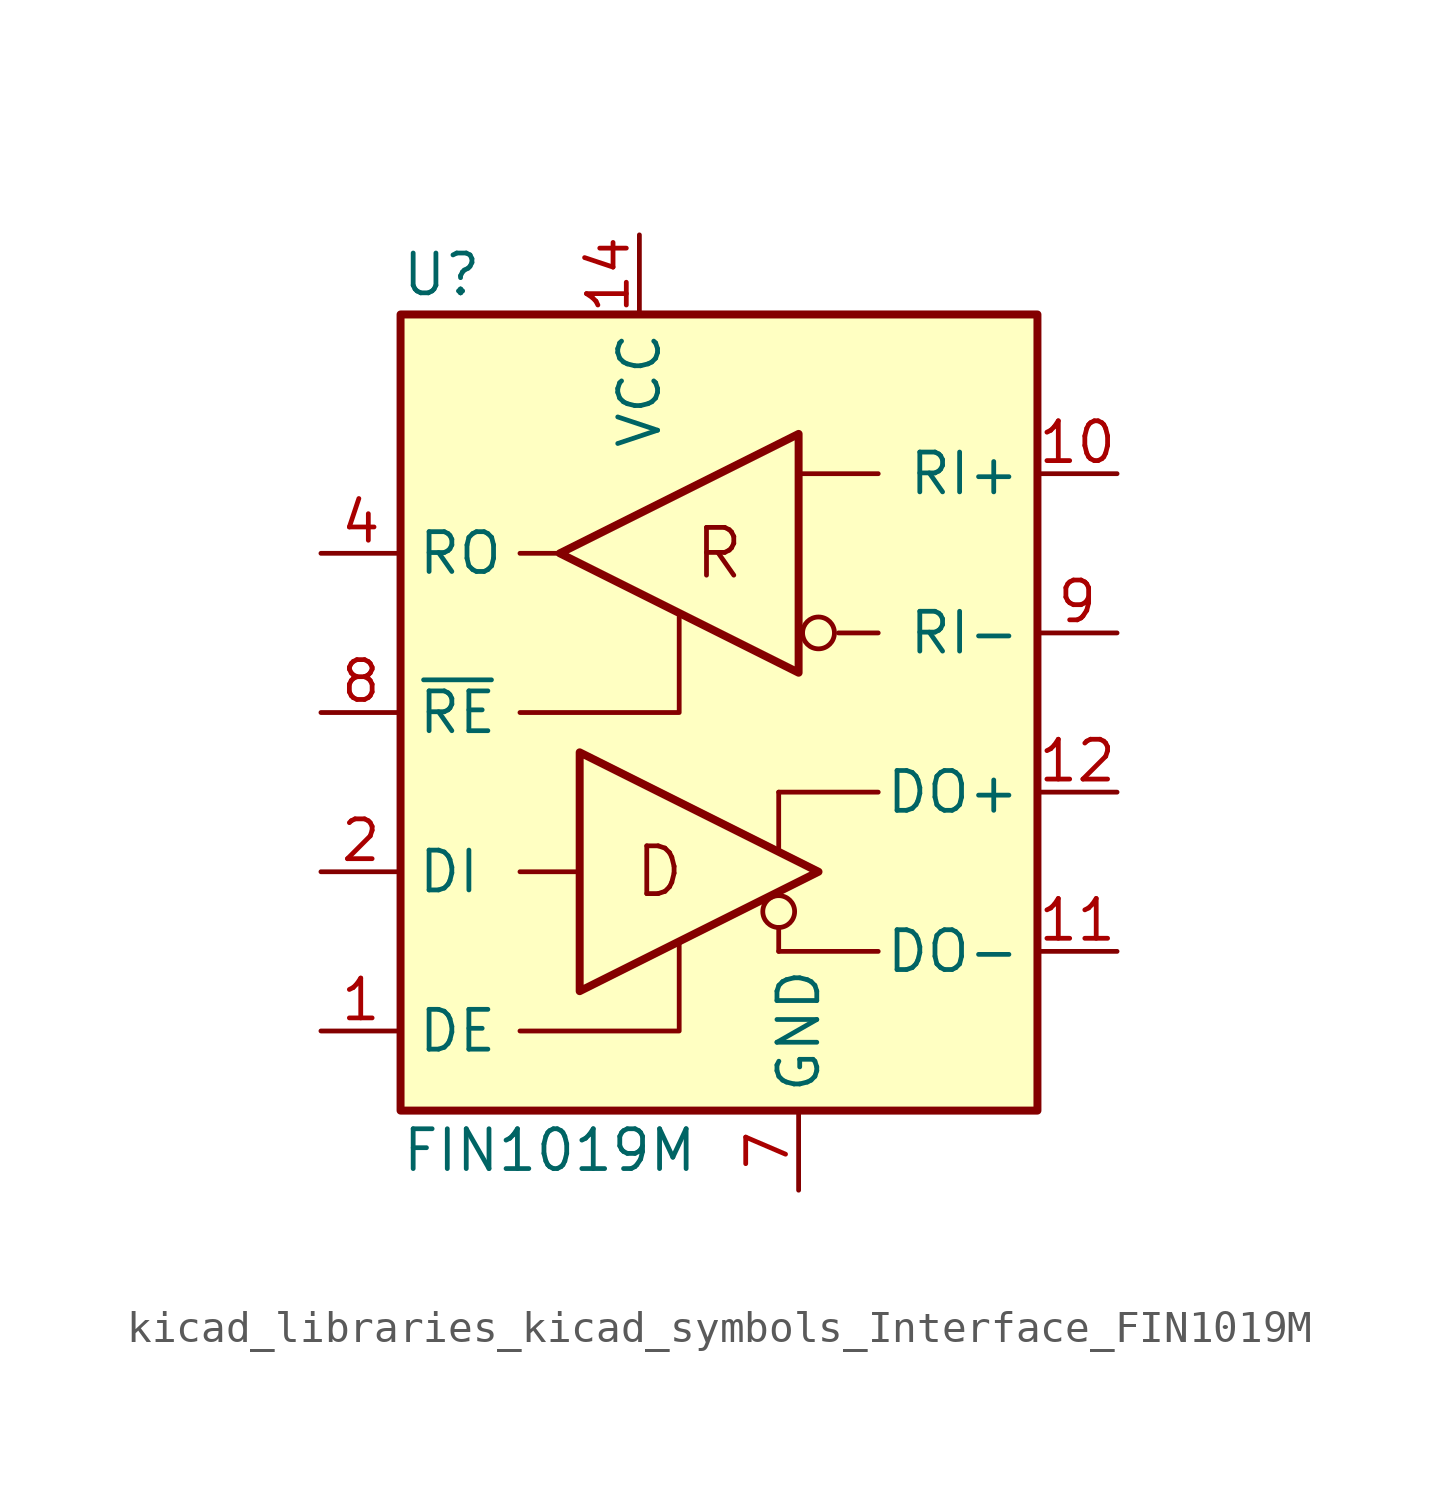
<source format=kicad_sym>
(kicad_symbol_lib
  (version 20220914)
  (generator kicad_symbol_editor)
  (symbol "kicad_libraries_kicad_symbols_Interface_FIN1019M"
    (property "Reference" "U"
      (at -10.16 13.97 0)
      (effects (font (size 1.27 1.27)) (justify left)))
    (property "Value" "FIN1019M"
      (at -10.16 -13.97 0)
      (effects (font (size 1.27 1.27)) (justify left)))
    (symbol "kicad_libraries_kicad_symbols_Interface_FIN1019M_0_0"
      (rectangle (start -10.16 12.7) (end 10.16 -12.7) (stroke (width 0.254) (type default)) (fill (type background)))
      (polyline (pts (xy 1.905 -6.858) (xy 1.905 -7.62)) (stroke (width 0) (type default)) (fill (type none)))
      (polyline (pts (xy 1.905 -4.445) (xy 1.905 -2.54)) (stroke (width 0) (type default)) (fill (type none)))
      (circle (center 1.905 -6.35) (radius 0.508) (stroke (width 0) (type default)) (fill (type none)))
      (circle (center 3.175 2.54) (radius 0.508) (stroke (width 0) (type default)) (fill (type none)))
      (text "D" (at -1.905 -5.08 0) (effects (font (size 1.524 1.524))))
      (text "R" (at 0 5.08 0) (effects (font (size 1.524 1.524)))))
    (symbol "kicad_libraries_kicad_symbols_Interface_FIN1019M_0_1"
      (polyline (pts (xy -6.35 -5.08) (xy -4.445 -5.08)) (stroke (width 0) (type default)) (fill (type none)))
      (polyline (pts (xy -6.35 5.08) (xy -5.08 5.08)) (stroke (width 0) (type default)) (fill (type none)))
      (polyline (pts (xy 1.905 -7.62) (xy 5.08 -7.62)) (stroke (width 0) (type default)) (fill (type none)))
      (polyline (pts (xy 2.54 7.62) (xy 5.08 7.62)) (stroke (width 0) (type default)) (fill (type none)))
      (polyline (pts (xy 5.08 -2.54) (xy 1.905 -2.54)) (stroke (width 0) (type default)) (fill (type none)))
      (polyline (pts (xy 5.08 2.54) (xy 3.81 2.54)) (stroke (width 0) (type default)) (fill (type none)))
      (polyline (pts (xy -6.35 -10.16) (xy -1.27 -10.16) (xy -1.27 -7.366)) (stroke (width 0) (type default)) (fill (type none)))
      (polyline (pts (xy -6.35 0) (xy -1.27 0) (xy -1.27 3.048)) (stroke (width 0) (type default)) (fill (type none)))
      (polyline (pts (xy -4.445 -8.89) (xy -4.445 -1.27) (xy 3.175 -5.08) (xy -4.445 -8.89)) (stroke (width 0.254) (type default)) (fill (type none)))
      (polyline (pts (xy 2.54 8.89) (xy 2.54 1.27) (xy -5.08 5.08) (xy 2.54 8.89)) (stroke (width 0.254) (type default)) (fill (type none))))
    (symbol "kicad_libraries_kicad_symbols_Interface_FIN1019M_1_1"
      (pin input line (at -12.7 -10.16 0) (length 2.54) (name "DE" (effects (font (size 1.27 1.27)))) (number "1" (effects (font (size 1.27 1.27)))))
      (pin input line (at 12.7 7.62 180) (length 2.54) (name "RI+" (effects (font (size 1.27 1.27)))) (number "10" (effects (font (size 1.27 1.27)))))
      (pin tri_state line (at 12.7 -7.62 180) (length 2.54) (name "DO-" (effects (font (size 1.27 1.27)))) (number "11" (effects (font (size 1.27 1.27)))))
      (pin tri_state line (at 12.7 -2.54 180) (length 2.54) (name "DO+" (effects (font (size 1.27 1.27)))) (number "12" (effects (font (size 1.27 1.27)))))
      (pin no_connect line (at 7.62 12.7 270) (length 2.54) hide (name "NC" (effects (font (size 1.27 1.27)))) (number "13" (effects (font (size 1.27 1.27)))))
      (pin power_in line (at -2.54 15.24 270) (length 2.54) (name "VCC" (effects (font (size 1.27 1.27)))) (number "14" (effects (font (size 1.27 1.27)))))
      (pin input line (at -12.7 -5.08 0) (length 2.54) (name "DI" (effects (font (size 1.27 1.27)))) (number "2" (effects (font (size 1.27 1.27)))))
      (pin no_connect line (at 0 12.7 270) (length 2.54) hide (name "NC" (effects (font (size 1.27 1.27)))) (number "3" (effects (font (size 1.27 1.27)))))
      (pin tri_state line (at -12.7 5.08 0) (length 2.54) (name "RO" (effects (font (size 1.27 1.27)))) (number "4" (effects (font (size 1.27 1.27)))))
      (pin no_connect line (at 2.54 12.7 270) (length 2.54) hide (name "NC" (effects (font (size 1.27 1.27)))) (number "5" (effects (font (size 1.27 1.27)))))
      (pin no_connect line (at 5.08 12.7 270) (length 2.54) hide (name "NC" (effects (font (size 1.27 1.27)))) (number "6" (effects (font (size 1.27 1.27)))))
      (pin power_in line (at 2.54 -15.24 90) (length 2.54) (name "GND" (effects (font (size 1.27 1.27)))) (number "7" (effects (font (size 1.27 1.27)))))
      (pin input line (at -12.7 0 0) (length 2.54) (name "~{RE}" (effects (font (size 1.27 1.27)))) (number "8" (effects (font (size 1.27 1.27)))))
      (pin input line (at 12.7 2.54 180) (length 2.54) (name "RI-" (effects (font (size 1.27 1.27)))) (number "9" (effects (font (size 1.27 1.27))))))))
</source>
